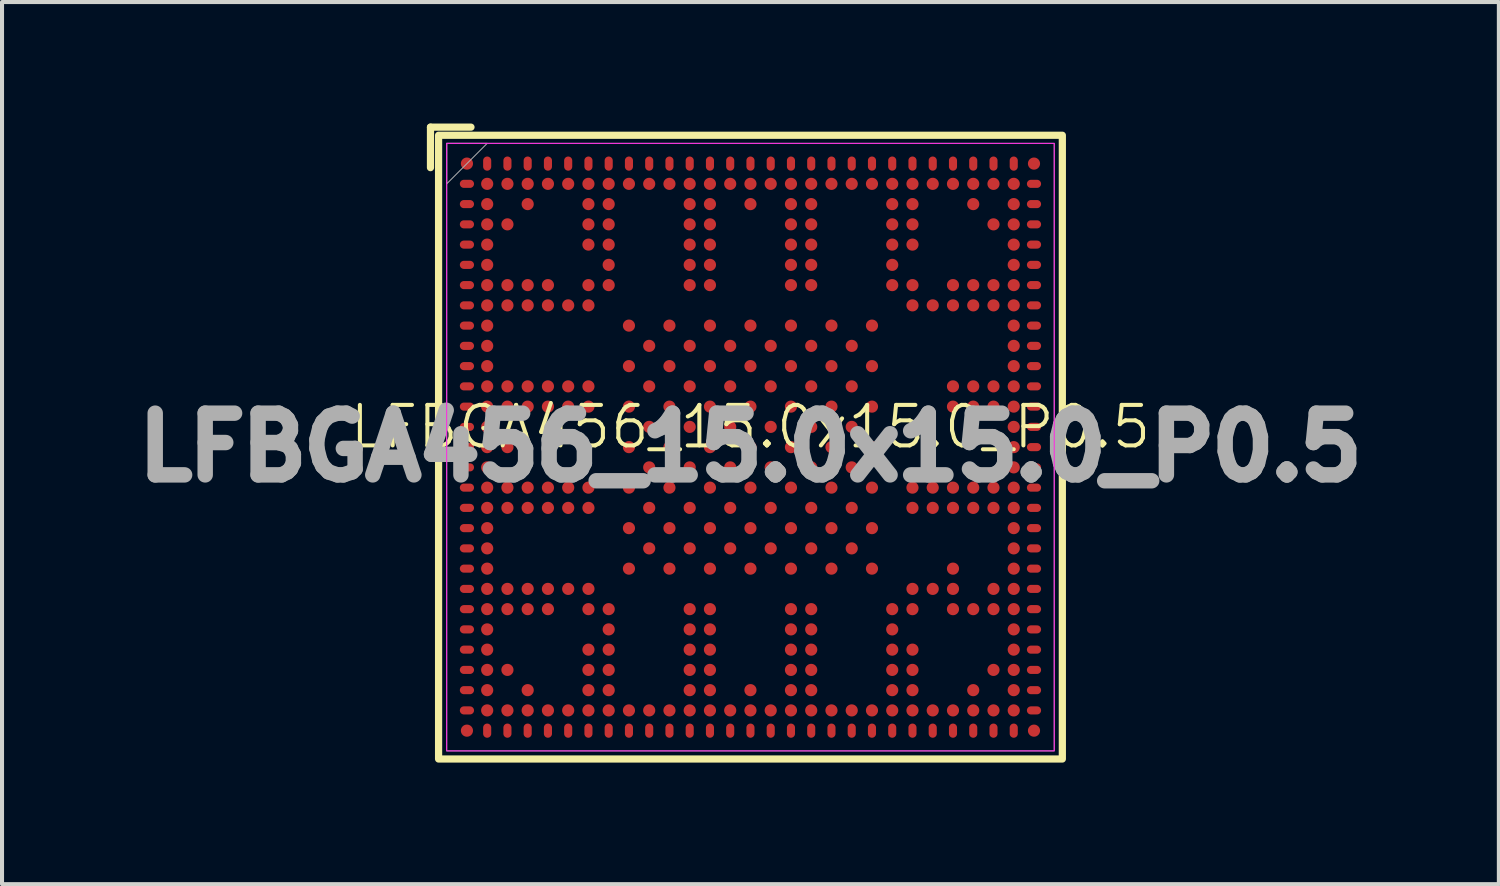
<source format=kicad_pcb>
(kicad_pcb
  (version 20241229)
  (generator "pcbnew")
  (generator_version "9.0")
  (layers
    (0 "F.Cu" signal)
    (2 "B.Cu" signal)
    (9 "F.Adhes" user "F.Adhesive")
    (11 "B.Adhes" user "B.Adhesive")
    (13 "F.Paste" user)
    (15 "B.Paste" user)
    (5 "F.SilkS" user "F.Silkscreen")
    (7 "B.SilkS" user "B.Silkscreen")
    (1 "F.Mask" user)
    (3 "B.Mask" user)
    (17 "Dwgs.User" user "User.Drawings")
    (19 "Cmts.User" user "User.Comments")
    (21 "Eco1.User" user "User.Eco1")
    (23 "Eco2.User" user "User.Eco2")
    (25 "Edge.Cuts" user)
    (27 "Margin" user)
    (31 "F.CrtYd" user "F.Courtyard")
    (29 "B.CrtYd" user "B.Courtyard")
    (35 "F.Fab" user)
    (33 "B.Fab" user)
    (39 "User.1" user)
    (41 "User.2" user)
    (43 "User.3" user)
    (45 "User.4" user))
  (footprint "LFBGA456_15.0x15.0_P0.5"
    (layer "F.Cu")
    (at 15.478 7.989)
    (property "Reference" "LFBGA456_15.0x15.0_P0.5" (at 0 -0.5 0) (unlocked yes) (layer "F.SilkS") (effects (font (size 1 1) (thickness 0.1))))
    (attr smd)
    (fp_line (start -7.9 -7.9) (end -6.9 -7.9) (stroke (width 0.178) (type default)) (layer "F.SilkS"))
    (fp_line (start -7.9 -6.9) (end -7.9 -7.9) (stroke (width 0.178) (type default)) (layer "F.SilkS"))
    (fp_rect (start -7.7 -7.7) (end 7.7 7.7) (stroke (width 0.178) (type default)) (fill no) (layer "F.SilkS"))
    (fp_rect (start -7.5 -7.5) (end 7.5 7.5) (stroke (width 0.025) (type default)) (fill no) (layer "F.CrtYd"))
    (fp_rect (start -7.5 -7.5) (end 7.5 7.5) (stroke (width 0.025) (type solid)) (fill no) (layer "F.Fab"))
    (fp_poly (pts (xy -7.5 -7.5) (xy -7.5 -6.5) (xy -6.5 -7.5)) (stroke (width 0.025) (type solid)) (fill no) (layer "F.Fab"))
    (fp_text user "${REFERENCE}" (at 0 0 0) (unlocked yes) (layer "F.Fab") (effects (font (size 1.524 1.524) (thickness 0.381) (bold yes))))
    (pad "A1" smd circle (at -7 -7) (size 0.3 0.3) (layers "F.Cu" "F.Mask" "F.Paste"))
    (pad "A2" smd oval (at -6.5 -7) (size 0.2 0.35) (layers "F.Cu" "F.Mask" "F.Paste"))
    (pad "A3" smd oval (at -6 -7) (size 0.2 0.35) (layers "F.Cu" "F.Mask" "F.Paste"))
    (pad "A4" smd oval (at -5.5 -7) (size 0.2 0.35) (layers "F.Cu" "F.Mask" "F.Paste"))
    (pad "A5" smd oval (at -5 -7) (size 0.2 0.35) (layers "F.Cu" "F.Mask" "F.Paste"))
    (pad "A6" smd oval (at -4.5 -7) (size 0.2 0.35) (layers "F.Cu" "F.Mask" "F.Paste"))
    (pad "A7" smd oval (at -4 -7) (size 0.2 0.35) (layers "F.Cu" "F.Mask" "F.Paste"))
    (pad "A8" smd oval (at -3.5 -7) (size 0.2 0.35) (layers "F.Cu" "F.Mask" "F.Paste"))
    (pad "A9" smd oval (at -3 -7) (size 0.2 0.35) (layers "F.Cu" "F.Mask" "F.Paste"))
    (pad "A10" smd oval (at -2.5 -7) (size 0.2 0.35) (layers "F.Cu" "F.Mask" "F.Paste"))
    (pad "A11" smd oval (at -2 -7) (size 0.2 0.35) (layers "F.Cu" "F.Mask" "F.Paste"))
    (pad "A12" smd oval (at -1.5 -7) (size 0.2 0.35) (layers "F.Cu" "F.Mask" "F.Paste"))
    (pad "A13" smd oval (at -1 -7) (size 0.2 0.35) (layers "F.Cu" "F.Mask" "F.Paste"))
    (pad "A14" smd oval (at -0.5 -7) (size 0.2 0.35) (layers "F.Cu" "F.Mask" "F.Paste"))
    (pad "A15" smd oval (at 0 -7) (size 0.2 0.35) (layers "F.Cu" "F.Mask" "F.Paste"))
    (pad "A16" smd oval (at 0.5 -7) (size 0.2 0.35) (layers "F.Cu" "F.Mask" "F.Paste"))
    (pad "A17" smd oval (at 1 -7) (size 0.2 0.35) (layers "F.Cu" "F.Mask" "F.Paste"))
    (pad "A18" smd oval (at 1.5 -7) (size 0.2 0.35) (layers "F.Cu" "F.Mask" "F.Paste"))
    (pad "A19" smd oval (at 2 -7) (size 0.2 0.35) (layers "F.Cu" "F.Mask" "F.Paste"))
    (pad "A20" smd oval (at 2.5 -7) (size 0.2 0.35) (layers "F.Cu" "F.Mask" "F.Paste"))
    (pad "A21" smd oval (at 3 -7) (size 0.2 0.35) (layers "F.Cu" "F.Mask" "F.Paste"))
    (pad "A22" smd oval (at 3.5 -7) (size 0.2 0.35) (layers "F.Cu" "F.Mask" "F.Paste"))
    (pad "A23" smd oval (at 4 -7) (size 0.2 0.35) (layers "F.Cu" "F.Mask" "F.Paste"))
    (pad "A24" smd oval (at 4.5 -7) (size 0.2 0.35) (layers "F.Cu" "F.Mask" "F.Paste"))
    (pad "A25" smd oval (at 5 -7) (size 0.2 0.35) (layers "F.Cu" "F.Mask" "F.Paste"))
    (pad "A26" smd oval (at 5.5 -7) (size 0.2 0.35) (layers "F.Cu" "F.Mask" "F.Paste"))
    (pad "A27" smd oval (at 6 -7) (size 0.2 0.35) (layers "F.Cu" "F.Mask" "F.Paste"))
    (pad "A28" smd oval (at 6.5 -7) (size 0.2 0.35) (layers "F.Cu" "F.Mask" "F.Paste"))
    (pad "A29" smd circle (at 7 -7) (size 0.3 0.3) (layers "F.Cu" "F.Mask" "F.Paste"))
    (pad "AA1" smd oval (at -7 3) (size 0.35 0.2) (layers "F.Cu" "F.Mask" "F.Paste"))
    (pad "AA2" smd circle (at -6.5 3) (size 0.3 0.3) (layers "F.Cu" "F.Mask" "F.Paste"))
    (pad "AA9" smd circle (at -3 3) (size 0.3 0.3) (layers "F.Cu" "F.Mask" "F.Paste"))
    (pad "AA11" smd circle (at -2 3) (size 0.3 0.3) (layers "F.Cu" "F.Mask" "F.Paste"))
    (pad "AA13" smd circle (at -1 3) (size 0.3 0.3) (layers "F.Cu" "F.Mask" "F.Paste"))
    (pad "AA15" smd circle (at 0 3) (size 0.3 0.3) (layers "F.Cu" "F.Mask" "F.Paste"))
    (pad "AA17" smd circle (at 1 3) (size 0.3 0.3) (layers "F.Cu" "F.Mask" "F.Paste"))
    (pad "AA19" smd circle (at 2 3) (size 0.3 0.3) (layers "F.Cu" "F.Mask" "F.Paste"))
    (pad "AA21" smd circle (at 3 3) (size 0.3 0.3) (layers "F.Cu" "F.Mask" "F.Paste"))
    (pad "AA25" smd circle (at 5 3) (size 0.3 0.3) (layers "F.Cu" "F.Mask" "F.Paste"))
    (pad "AA28" smd circle (at 6.5 3) (size 0.3 0.3) (layers "F.Cu" "F.Mask" "F.Paste"))
    (pad "AA29" smd oval (at 7 3) (size 0.35 0.2) (layers "F.Cu" "F.Mask" "F.Paste"))
    (pad "AB1" smd oval (at -7 3.5) (size 0.35 0.2) (layers "F.Cu" "F.Mask" "F.Paste"))
    (pad "AB2" smd circle (at -6.5 3.5) (size 0.3 0.3) (layers "F.Cu" "F.Mask" "F.Paste"))
    (pad "AB3" smd circle (at -6 3.5) (size 0.3 0.3) (layers "F.Cu" "F.Mask" "F.Paste"))
    (pad "AB4" smd circle (at -5.5 3.5) (size 0.3 0.3) (layers "F.Cu" "F.Mask" "F.Paste"))
    (pad "AB5" smd circle (at -5 3.5) (size 0.3 0.3) (layers "F.Cu" "F.Mask" "F.Paste"))
    (pad "AB6" smd circle (at -4.5 3.5) (size 0.3 0.3) (layers "F.Cu" "F.Mask" "F.Paste"))
    (pad "AB7" smd circle (at -4 3.5) (size 0.3 0.3) (layers "F.Cu" "F.Mask" "F.Paste"))
    (pad "AB23" smd circle (at 4 3.5) (size 0.3 0.3) (layers "F.Cu" "F.Mask" "F.Paste"))
    (pad "AB24" smd circle (at 4.5 3.5) (size 0.3 0.3) (layers "F.Cu" "F.Mask" "F.Paste"))
    (pad "AB25" smd circle (at 5 3.5) (size 0.3 0.3) (layers "F.Cu" "F.Mask" "F.Paste"))
    (pad "AB27" smd circle (at 6 3.5) (size 0.3 0.3) (layers "F.Cu" "F.Mask" "F.Paste"))
    (pad "AB28" smd circle (at 6.5 3.5) (size 0.3 0.3) (layers "F.Cu" "F.Mask" "F.Paste"))
    (pad "AB29" smd oval (at 7 3.5) (size 0.35 0.2) (layers "F.Cu" "F.Mask" "F.Paste"))
    (pad "AC1" smd oval (at -7 4) (size 0.35 0.2) (layers "F.Cu" "F.Mask" "F.Paste"))
    (pad "AC2" smd circle (at -6.5 4) (size 0.3 0.3) (layers "F.Cu" "F.Mask" "F.Paste"))
    (pad "AC3" smd circle (at -6 4) (size 0.3 0.3) (layers "F.Cu" "F.Mask" "F.Paste"))
    (pad "AC4" smd circle (at -5.5 4) (size 0.3 0.3) (layers "F.Cu" "F.Mask" "F.Paste"))
    (pad "AC5" smd circle (at -5 4) (size 0.3 0.3) (layers "F.Cu" "F.Mask" "F.Paste"))
    (pad "AC7" smd circle (at -4 4) (size 0.3 0.3) (layers "F.Cu" "F.Mask" "F.Paste"))
    (pad "AC8" smd circle (at -3.5 4) (size 0.3 0.3) (layers "F.Cu" "F.Mask" "F.Paste"))
    (pad "AC12" smd circle (at -1.5 4) (size 0.3 0.3) (layers "F.Cu" "F.Mask" "F.Paste"))
    (pad "AC13" smd circle (at -1 4) (size 0.3 0.3) (layers "F.Cu" "F.Mask" "F.Paste"))
    (pad "AC17" smd circle (at 1 4) (size 0.3 0.3) (layers "F.Cu" "F.Mask" "F.Paste"))
    (pad "AC18" smd circle (at 1.5 4) (size 0.3 0.3) (layers "F.Cu" "F.Mask" "F.Paste"))
    (pad "AC22" smd circle (at 3.5 4) (size 0.3 0.3) (layers "F.Cu" "F.Mask" "F.Paste"))
    (pad "AC23" smd circle (at 4 4) (size 0.3 0.3) (layers "F.Cu" "F.Mask" "F.Paste"))
    (pad "AC25" smd circle (at 5 4) (size 0.3 0.3) (layers "F.Cu" "F.Mask" "F.Paste"))
    (pad "AC26" smd circle (at 5.5 4) (size 0.3 0.3) (layers "F.Cu" "F.Mask" "F.Paste"))
    (pad "AC27" smd circle (at 6 4) (size 0.3 0.3) (layers "F.Cu" "F.Mask" "F.Paste"))
    (pad "AC28" smd circle (at 6.5 4) (size 0.3 0.3) (layers "F.Cu" "F.Mask" "F.Paste"))
    (pad "AC29" smd oval (at 7 4) (size 0.35 0.2) (layers "F.Cu" "F.Mask" "F.Paste"))
    (pad "AD1" smd oval (at -7 4.5) (size 0.35 0.2) (layers "F.Cu" "F.Mask" "F.Paste"))
    (pad "AD2" smd circle (at -6.5 4.5) (size 0.3 0.3) (layers "F.Cu" "F.Mask" "F.Paste"))
    (pad "AD8" smd circle (at -3.5 4.5) (size 0.3 0.3) (layers "F.Cu" "F.Mask" "F.Paste"))
    (pad "AD12" smd circle (at -1.5 4.5) (size 0.3 0.3) (layers "F.Cu" "F.Mask" "F.Paste"))
    (pad "AD13" smd circle (at -1 4.5) (size 0.3 0.3) (layers "F.Cu" "F.Mask" "F.Paste"))
    (pad "AD17" smd circle (at 1 4.5) (size 0.3 0.3) (layers "F.Cu" "F.Mask" "F.Paste"))
    (pad "AD18" smd circle (at 1.5 4.5) (size 0.3 0.3) (layers "F.Cu" "F.Mask" "F.Paste"))
    (pad "AD22" smd circle (at 3.5 4.5) (size 0.3 0.3) (layers "F.Cu" "F.Mask" "F.Paste"))
    (pad "AD28" smd circle (at 6.5 4.5) (size 0.3 0.3) (layers "F.Cu" "F.Mask" "F.Paste"))
    (pad "AD29" smd oval (at 7 4.5) (size 0.35 0.2) (layers "F.Cu" "F.Mask" "F.Paste"))
    (pad "AE1" smd oval (at -7 5) (size 0.35 0.2) (layers "F.Cu" "F.Mask" "F.Paste"))
    (pad "AE2" smd circle (at -6.5 5) (size 0.3 0.3) (layers "F.Cu" "F.Mask" "F.Paste"))
    (pad "AE7" smd circle (at -4 5) (size 0.3 0.3) (layers "F.Cu" "F.Mask" "F.Paste"))
    (pad "AE8" smd circle (at -3.5 5) (size 0.3 0.3) (layers "F.Cu" "F.Mask" "F.Paste"))
    (pad "AE12" smd circle (at -1.5 5) (size 0.3 0.3) (layers "F.Cu" "F.Mask" "F.Paste"))
    (pad "AE13" smd circle (at -1 5) (size 0.3 0.3) (layers "F.Cu" "F.Mask" "F.Paste"))
    (pad "AE17" smd circle (at 1 5) (size 0.3 0.3) (layers "F.Cu" "F.Mask" "F.Paste"))
    (pad "AE18" smd circle (at 1.5 5) (size 0.3 0.3) (layers "F.Cu" "F.Mask" "F.Paste"))
    (pad "AE22" smd circle (at 3.5 5) (size 0.3 0.3) (layers "F.Cu" "F.Mask" "F.Paste"))
    (pad "AE23" smd circle (at 4 5) (size 0.3 0.3) (layers "F.Cu" "F.Mask" "F.Paste"))
    (pad "AE28" smd circle (at 6.5 5) (size 0.3 0.3) (layers "F.Cu" "F.Mask" "F.Paste"))
    (pad "AE29" smd oval (at 7 5) (size 0.35 0.2) (layers "F.Cu" "F.Mask" "F.Paste"))
    (pad "AF1" smd oval (at -7 5.5) (size 0.35 0.2) (layers "F.Cu" "F.Mask" "F.Paste"))
    (pad "AF2" smd circle (at -6.5 5.5) (size 0.3 0.3) (layers "F.Cu" "F.Mask" "F.Paste"))
    (pad "AF3" smd circle (at -6 5.5) (size 0.3 0.3) (layers "F.Cu" "F.Mask" "F.Paste"))
    (pad "AF7" smd circle (at -4 5.5) (size 0.3 0.3) (layers "F.Cu" "F.Mask" "F.Paste"))
    (pad "AF8" smd circle (at -3.5 5.5) (size 0.3 0.3) (layers "F.Cu" "F.Mask" "F.Paste"))
    (pad "AF12" smd circle (at -1.5 5.5) (size 0.3 0.3) (layers "F.Cu" "F.Mask" "F.Paste"))
    (pad "AF13" smd circle (at -1 5.5) (size 0.3 0.3) (layers "F.Cu" "F.Mask" "F.Paste"))
    (pad "AF17" smd circle (at 1 5.5) (size 0.3 0.3) (layers "F.Cu" "F.Mask" "F.Paste"))
    (pad "AF18" smd circle (at 1.5 5.5) (size 0.3 0.3) (layers "F.Cu" "F.Mask" "F.Paste"))
    (pad "AF22" smd circle (at 3.5 5.5) (size 0.3 0.3) (layers "F.Cu" "F.Mask" "F.Paste"))
    (pad "AF23" smd circle (at 4 5.5) (size 0.3 0.3) (layers "F.Cu" "F.Mask" "F.Paste"))
    (pad "AF27" smd circle (at 6 5.5) (size 0.3 0.3) (layers "F.Cu" "F.Mask" "F.Paste"))
    (pad "AF28" smd circle (at 6.5 5.5) (size 0.3 0.3) (layers "F.Cu" "F.Mask" "F.Paste"))
    (pad "AF29" smd oval (at 7 5.5) (size 0.35 0.2) (layers "F.Cu" "F.Mask" "F.Paste"))
    (pad "AG1" smd oval (at -7 6) (size 0.35 0.2) (layers "F.Cu" "F.Mask" "F.Paste"))
    (pad "AG2" smd circle (at -6.5 6) (size 0.3 0.3) (layers "F.Cu" "F.Mask" "F.Paste"))
    (pad "AG4" smd circle (at -5.5 6) (size 0.3 0.3) (layers "F.Cu" "F.Mask" "F.Paste"))
    (pad "AG7" smd circle (at -4 6) (size 0.3 0.3) (layers "F.Cu" "F.Mask" "F.Paste"))
    (pad "AG8" smd circle (at -3.5 6) (size 0.3 0.3) (layers "F.Cu" "F.Mask" "F.Paste"))
    (pad "AG12" smd circle (at -1.5 6) (size 0.3 0.3) (layers "F.Cu" "F.Mask" "F.Paste"))
    (pad "AG13" smd circle (at -1 6) (size 0.3 0.3) (layers "F.Cu" "F.Mask" "F.Paste"))
    (pad "AG15" smd circle (at 0 6) (size 0.3 0.3) (layers "F.Cu" "F.Mask" "F.Paste"))
    (pad "AG17" smd circle (at 1 6) (size 0.3 0.3) (layers "F.Cu" "F.Mask" "F.Paste"))
    (pad "AG18" smd circle (at 1.5 6) (size 0.3 0.3) (layers "F.Cu" "F.Mask" "F.Paste"))
    (pad "AG22" smd circle (at 3.5 6) (size 0.3 0.3) (layers "F.Cu" "F.Mask" "F.Paste"))
    (pad "AG23" smd circle (at 4 6) (size 0.3 0.3) (layers "F.Cu" "F.Mask" "F.Paste"))
    (pad "AG26" smd circle (at 5.5 6) (size 0.3 0.3) (layers "F.Cu" "F.Mask" "F.Paste"))
    (pad "AG28" smd circle (at 6.5 6) (size 0.3 0.3) (layers "F.Cu" "F.Mask" "F.Paste"))
    (pad "AG29" smd oval (at 7 6) (size 0.35 0.2) (layers "F.Cu" "F.Mask" "F.Paste"))
    (pad "AH1" smd oval (at -7 6.5) (size 0.35 0.2) (layers "F.Cu" "F.Mask" "F.Paste"))
    (pad "AH2" smd circle (at -6.5 6.5) (size 0.3 0.3) (layers "F.Cu" "F.Mask" "F.Paste"))
    (pad "AH3" smd circle (at -6 6.5) (size 0.3 0.3) (layers "F.Cu" "F.Mask" "F.Paste"))
    (pad "AH4" smd circle (at -5.5 6.5) (size 0.3 0.3) (layers "F.Cu" "F.Mask" "F.Paste"))
    (pad "AH5" smd circle (at -5 6.5) (size 0.3 0.3) (layers "F.Cu" "F.Mask" "F.Paste"))
    (pad "AH6" smd circle (at -4.5 6.5) (size 0.3 0.3) (layers "F.Cu" "F.Mask" "F.Paste"))
    (pad "AH7" smd circle (at -4 6.5) (size 0.3 0.3) (layers "F.Cu" "F.Mask" "F.Paste"))
    (pad "AH8" smd circle (at -3.5 6.5) (size 0.3 0.3) (layers "F.Cu" "F.Mask" "F.Paste"))
    (pad "AH9" smd circle (at -3 6.5) (size 0.3 0.3) (layers "F.Cu" "F.Mask" "F.Paste"))
    (pad "AH10" smd circle (at -2.5 6.5) (size 0.3 0.3) (layers "F.Cu" "F.Mask" "F.Paste"))
    (pad "AH11" smd circle (at -2 6.5) (size 0.3 0.3) (layers "F.Cu" "F.Mask" "F.Paste"))
    (pad "AH12" smd circle (at -1.5 6.5) (size 0.3 0.3) (layers "F.Cu" "F.Mask" "F.Paste"))
    (pad "AH13" smd circle (at -1 6.5) (size 0.3 0.3) (layers "F.Cu" "F.Mask" "F.Paste"))
    (pad "AH14" smd circle (at -0.5 6.5) (size 0.3 0.3) (layers "F.Cu" "F.Mask" "F.Paste"))
    (pad "AH15" smd circle (at 0 6.5) (size 0.3 0.3) (layers "F.Cu" "F.Mask" "F.Paste"))
    (pad "AH16" smd circle (at 0.5 6.5) (size 0.3 0.3) (layers "F.Cu" "F.Mask" "F.Paste"))
    (pad "AH17" smd circle (at 1 6.5) (size 0.3 0.3) (layers "F.Cu" "F.Mask" "F.Paste"))
    (pad "AH18" smd circle (at 1.5 6.5) (size 0.3 0.3) (layers "F.Cu" "F.Mask" "F.Paste"))
    (pad "AH19" smd circle (at 2 6.5) (size 0.3 0.3) (layers "F.Cu" "F.Mask" "F.Paste"))
    (pad "AH20" smd circle (at 2.5 6.5) (size 0.3 0.3) (layers "F.Cu" "F.Mask" "F.Paste"))
    (pad "AH21" smd circle (at 3 6.5) (size 0.3 0.3) (layers "F.Cu" "F.Mask" "F.Paste"))
    (pad "AH22" smd circle (at 3.5 6.5) (size 0.3 0.3) (layers "F.Cu" "F.Mask" "F.Paste"))
    (pad "AH23" smd circle (at 4 6.5) (size 0.3 0.3) (layers "F.Cu" "F.Mask" "F.Paste"))
    (pad "AH24" smd circle (at 4.5 6.5) (size 0.3 0.3) (layers "F.Cu" "F.Mask" "F.Paste"))
    (pad "AH25" smd circle (at 5 6.5) (size 0.3 0.3) (layers "F.Cu" "F.Mask" "F.Paste"))
    (pad "AH26" smd circle (at 5.5 6.5) (size 0.3 0.3) (layers "F.Cu" "F.Mask" "F.Paste"))
    (pad "AH27" smd circle (at 6 6.5) (size 0.3 0.3) (layers "F.Cu" "F.Mask" "F.Paste"))
    (pad "AH28" smd circle (at 6.5 6.5) (size 0.3 0.3) (layers "F.Cu" "F.Mask" "F.Paste"))
    (pad "AH29" smd oval (at 7 6.5) (size 0.35 0.2) (layers "F.Cu" "F.Mask" "F.Paste"))
    (pad "AJ1" smd circle (at -7 7) (size 0.3 0.3) (layers "F.Cu" "F.Mask" "F.Paste"))
    (pad "AJ2" smd oval (at -6.5 7) (size 0.2 0.35) (layers "F.Cu" "F.Mask" "F.Paste"))
    (pad "AJ3" smd oval (at -6 7) (size 0.2 0.35) (layers "F.Cu" "F.Mask" "F.Paste"))
    (pad "AJ4" smd oval (at -5.5 7) (size 0.2 0.35) (layers "F.Cu" "F.Mask" "F.Paste"))
    (pad "AJ5" smd oval (at -5 7) (size 0.2 0.35) (layers "F.Cu" "F.Mask" "F.Paste"))
    (pad "AJ6" smd oval (at -4.5 7) (size 0.2 0.35) (layers "F.Cu" "F.Mask" "F.Paste"))
    (pad "AJ7" smd oval (at -4 7) (size 0.2 0.35) (layers "F.Cu" "F.Mask" "F.Paste"))
    (pad "AJ8" smd oval (at -3.5 7) (size 0.2 0.35) (layers "F.Cu" "F.Mask" "F.Paste"))
    (pad "AJ9" smd oval (at -3 7) (size 0.2 0.35) (layers "F.Cu" "F.Mask" "F.Paste"))
    (pad "AJ10" smd oval (at -2.5 7) (size 0.2 0.35) (layers "F.Cu" "F.Mask" "F.Paste"))
    (pad "AJ11" smd oval (at -2 7) (size 0.2 0.35) (layers "F.Cu" "F.Mask" "F.Paste"))
    (pad "AJ12" smd oval (at -1.5 7) (size 0.2 0.35) (layers "F.Cu" "F.Mask" "F.Paste"))
    (pad "AJ13" smd oval (at -1 7) (size 0.2 0.35) (layers "F.Cu" "F.Mask" "F.Paste"))
    (pad "AJ14" smd oval (at -0.5 7) (size 0.2 0.35) (layers "F.Cu" "F.Mask" "F.Paste"))
    (pad "AJ15" smd oval (at 0 7) (size 0.2 0.35) (layers "F.Cu" "F.Mask" "F.Paste"))
    (pad "AJ16" smd oval (at 0.5 7) (size 0.2 0.35) (layers "F.Cu" "F.Mask" "F.Paste"))
    (pad "AJ17" smd oval (at 1 7) (size 0.2 0.35) (layers "F.Cu" "F.Mask" "F.Paste"))
    (pad "AJ18" smd oval (at 1.5 7) (size 0.2 0.35) (layers "F.Cu" "F.Mask" "F.Paste"))
    (pad "AJ19" smd oval (at 2 7) (size 0.2 0.35) (layers "F.Cu" "F.Mask" "F.Paste"))
    (pad "AJ20" smd oval (at 2.5 7) (size 0.2 0.35) (layers "F.Cu" "F.Mask" "F.Paste"))
    (pad "AJ21" smd oval (at 3 7) (size 0.2 0.35) (layers "F.Cu" "F.Mask" "F.Paste"))
    (pad "AJ22" smd oval (at 3.5 7) (size 0.2 0.35) (layers "F.Cu" "F.Mask" "F.Paste"))
    (pad "AJ23" smd oval (at 4 7) (size 0.2 0.35) (layers "F.Cu" "F.Mask" "F.Paste"))
    (pad "AJ24" smd oval (at 4.5 7) (size 0.2 0.35) (layers "F.Cu" "F.Mask" "F.Paste"))
    (pad "AJ25" smd oval (at 5 7) (size 0.2 0.35) (layers "F.Cu" "F.Mask" "F.Paste"))
    (pad "AJ26" smd oval (at 5.5 7) (size 0.2 0.35) (layers "F.Cu" "F.Mask" "F.Paste"))
    (pad "AJ27" smd oval (at 6 7) (size 0.2 0.35) (layers "F.Cu" "F.Mask" "F.Paste"))
    (pad "AJ28" smd oval (at 6.5 7) (size 0.2 0.35) (layers "F.Cu" "F.Mask" "F.Paste"))
    (pad "AJ29" smd circle (at 7 7) (size 0.3 0.3) (layers "F.Cu" "F.Mask" "F.Paste"))
    (pad "B1" smd oval (at -7 -6.5) (size 0.35 0.2) (layers "F.Cu" "F.Mask" "F.Paste"))
    (pad "B2" smd circle (at -6.5 -6.5) (size 0.3 0.3) (layers "F.Cu" "F.Mask" "F.Paste"))
    (pad "B3" smd circle (at -6 -6.5) (size 0.3 0.3) (layers "F.Cu" "F.Mask" "F.Paste"))
    (pad "B4" smd circle (at -5.5 -6.5) (size 0.3 0.3) (layers "F.Cu" "F.Mask" "F.Paste"))
    (pad "B5" smd circle (at -5 -6.5) (size 0.3 0.3) (layers "F.Cu" "F.Mask" "F.Paste"))
    (pad "B6" smd circle (at -4.5 -6.5) (size 0.3 0.3) (layers "F.Cu" "F.Mask" "F.Paste"))
    (pad "B7" smd circle (at -4 -6.5) (size 0.3 0.3) (layers "F.Cu" "F.Mask" "F.Paste"))
    (pad "B8" smd circle (at -3.5 -6.5) (size 0.3 0.3) (layers "F.Cu" "F.Mask" "F.Paste"))
    (pad "B9" smd circle (at -3 -6.5) (size 0.3 0.3) (layers "F.Cu" "F.Mask" "F.Paste"))
    (pad "B10" smd circle (at -2.5 -6.5) (size 0.3 0.3) (layers "F.Cu" "F.Mask" "F.Paste"))
    (pad "B11" smd circle (at -2 -6.5) (size 0.3 0.3) (layers "F.Cu" "F.Mask" "F.Paste"))
    (pad "B12" smd circle (at -1.5 -6.5) (size 0.3 0.3) (layers "F.Cu" "F.Mask" "F.Paste"))
    (pad "B13" smd circle (at -1 -6.5) (size 0.3 0.3) (layers "F.Cu" "F.Mask" "F.Paste"))
    (pad "B14" smd circle (at -0.5 -6.5) (size 0.3 0.3) (layers "F.Cu" "F.Mask" "F.Paste"))
    (pad "B15" smd circle (at 0 -6.5) (size 0.3 0.3) (layers "F.Cu" "F.Mask" "F.Paste"))
    (pad "B16" smd circle (at 0.5 -6.5) (size 0.3 0.3) (layers "F.Cu" "F.Mask" "F.Paste"))
    (pad "B17" smd circle (at 1 -6.5) (size 0.3 0.3) (layers "F.Cu" "F.Mask" "F.Paste"))
    (pad "B18" smd circle (at 1.5 -6.5) (size 0.3 0.3) (layers "F.Cu" "F.Mask" "F.Paste"))
    (pad "B19" smd circle (at 2 -6.5) (size 0.3 0.3) (layers "F.Cu" "F.Mask" "F.Paste"))
    (pad "B20" smd circle (at 2.5 -6.5) (size 0.3 0.3) (layers "F.Cu" "F.Mask" "F.Paste"))
    (pad "B21" smd circle (at 3 -6.5) (size 0.3 0.3) (layers "F.Cu" "F.Mask" "F.Paste"))
    (pad "B22" smd circle (at 3.5 -6.5) (size 0.3 0.3) (layers "F.Cu" "F.Mask" "F.Paste"))
    (pad "B23" smd circle (at 4 -6.5) (size 0.3 0.3) (layers "F.Cu" "F.Mask" "F.Paste"))
    (pad "B24" smd circle (at 4.5 -6.5) (size 0.3 0.3) (layers "F.Cu" "F.Mask" "F.Paste"))
    (pad "B25" smd circle (at 5 -6.5) (size 0.3 0.3) (layers "F.Cu" "F.Mask" "F.Paste"))
    (pad "B26" smd circle (at 5.5 -6.5) (size 0.3 0.3) (layers "F.Cu" "F.Mask" "F.Paste"))
    (pad "B27" smd circle (at 6 -6.5) (size 0.3 0.3) (layers "F.Cu" "F.Mask" "F.Paste"))
    (pad "B28" smd circle (at 6.5 -6.5) (size 0.3 0.3) (layers "F.Cu" "F.Mask" "F.Paste"))
    (pad "B29" smd oval (at 7 -6.5) (size 0.35 0.2) (layers "F.Cu" "F.Mask" "F.Paste"))
    (pad "C1" smd oval (at -7 -6) (size 0.35 0.2) (layers "F.Cu" "F.Mask" "F.Paste"))
    (pad "C2" smd circle (at -6.5 -6) (size 0.3 0.3) (layers "F.Cu" "F.Mask" "F.Paste"))
    (pad "C4" smd circle (at -5.5 -6) (size 0.3 0.3) (layers "F.Cu" "F.Mask" "F.Paste"))
    (pad "C7" smd circle (at -4 -6) (size 0.3 0.3) (layers "F.Cu" "F.Mask" "F.Paste"))
    (pad "C8" smd circle (at -3.5 -6) (size 0.3 0.3) (layers "F.Cu" "F.Mask" "F.Paste"))
    (pad "C12" smd circle (at -1.5 -6) (size 0.3 0.3) (layers "F.Cu" "F.Mask" "F.Paste"))
    (pad "C13" smd circle (at -1 -6) (size 0.3 0.3) (layers "F.Cu" "F.Mask" "F.Paste"))
    (pad "C15" smd circle (at 0 -6) (size 0.3 0.3) (layers "F.Cu" "F.Mask" "F.Paste"))
    (pad "C17" smd circle (at 1 -6) (size 0.3 0.3) (layers "F.Cu" "F.Mask" "F.Paste"))
    (pad "C18" smd circle (at 1.5 -6) (size 0.3 0.3) (layers "F.Cu" "F.Mask" "F.Paste"))
    (pad "C22" smd circle (at 3.5 -6) (size 0.3 0.3) (layers "F.Cu" "F.Mask" "F.Paste"))
    (pad "C23" smd circle (at 4 -6) (size 0.3 0.3) (layers "F.Cu" "F.Mask" "F.Paste"))
    (pad "C26" smd circle (at 5.5 -6) (size 0.3 0.3) (layers "F.Cu" "F.Mask" "F.Paste"))
    (pad "C28" smd circle (at 6.5 -6) (size 0.3 0.3) (layers "F.Cu" "F.Mask" "F.Paste"))
    (pad "C29" smd oval (at 7 -6) (size 0.35 0.2) (layers "F.Cu" "F.Mask" "F.Paste"))
    (pad "D1" smd oval (at -7 -5.5) (size 0.35 0.2) (layers "F.Cu" "F.Mask" "F.Paste"))
    (pad "D2" smd circle (at -6.5 -5.5) (size 0.3 0.3) (layers "F.Cu" "F.Mask" "F.Paste"))
    (pad "D3" smd circle (at -6 -5.5) (size 0.3 0.3) (layers "F.Cu" "F.Mask" "F.Paste"))
    (pad "D7" smd circle (at -4 -5.5) (size 0.3 0.3) (layers "F.Cu" "F.Mask" "F.Paste"))
    (pad "D8" smd circle (at -3.5 -5.5) (size 0.3 0.3) (layers "F.Cu" "F.Mask" "F.Paste"))
    (pad "D12" smd circle (at -1.5 -5.5) (size 0.3 0.3) (layers "F.Cu" "F.Mask" "F.Paste"))
    (pad "D13" smd circle (at -1 -5.5) (size 0.3 0.3) (layers "F.Cu" "F.Mask" "F.Paste"))
    (pad "D17" smd circle (at 1 -5.5) (size 0.3 0.3) (layers "F.Cu" "F.Mask" "F.Paste"))
    (pad "D18" smd circle (at 1.5 -5.5) (size 0.3 0.3) (layers "F.Cu" "F.Mask" "F.Paste"))
    (pad "D22" smd circle (at 3.5 -5.5) (size 0.3 0.3) (layers "F.Cu" "F.Mask" "F.Paste"))
    (pad "D23" smd circle (at 4 -5.5) (size 0.3 0.3) (layers "F.Cu" "F.Mask" "F.Paste"))
    (pad "D27" smd circle (at 6 -5.5) (size 0.3 0.3) (layers "F.Cu" "F.Mask" "F.Paste"))
    (pad "D28" smd circle (at 6.5 -5.5) (size 0.3 0.3) (layers "F.Cu" "F.Mask" "F.Paste"))
    (pad "D29" smd oval (at 7 -5.5) (size 0.35 0.2) (layers "F.Cu" "F.Mask" "F.Paste"))
    (pad "E1" smd oval (at -7 -5) (size 0.35 0.2) (layers "F.Cu" "F.Mask" "F.Paste"))
    (pad "E2" smd circle (at -6.5 -5) (size 0.3 0.3) (layers "F.Cu" "F.Mask" "F.Paste"))
    (pad "E7" smd circle (at -4 -5) (size 0.3 0.3) (layers "F.Cu" "F.Mask" "F.Paste"))
    (pad "E8" smd circle (at -3.5 -5) (size 0.3 0.3) (layers "F.Cu" "F.Mask" "F.Paste"))
    (pad "E12" smd circle (at -1.5 -5) (size 0.3 0.3) (layers "F.Cu" "F.Mask" "F.Paste"))
    (pad "E13" smd circle (at -1 -5) (size 0.3 0.3) (layers "F.Cu" "F.Mask" "F.Paste"))
    (pad "E17" smd circle (at 1 -5) (size 0.3 0.3) (layers "F.Cu" "F.Mask" "F.Paste"))
    (pad "E18" smd circle (at 1.5 -5) (size 0.3 0.3) (layers "F.Cu" "F.Mask" "F.Paste"))
    (pad "E22" smd circle (at 3.5 -5) (size 0.3 0.3) (layers "F.Cu" "F.Mask" "F.Paste"))
    (pad "E23" smd circle (at 4 -5) (size 0.3 0.3) (layers "F.Cu" "F.Mask" "F.Paste"))
    (pad "E28" smd circle (at 6.5 -5) (size 0.3 0.3) (layers "F.Cu" "F.Mask" "F.Paste"))
    (pad "E29" smd oval (at 7 -5) (size 0.35 0.2) (layers "F.Cu" "F.Mask" "F.Paste"))
    (pad "F1" smd oval (at -7 -4.5) (size 0.35 0.2) (layers "F.Cu" "F.Mask" "F.Paste"))
    (pad "F2" smd circle (at -6.5 -4.5) (size 0.3 0.3) (layers "F.Cu" "F.Mask" "F.Paste"))
    (pad "F8" smd circle (at -3.5 -4.5) (size 0.3 0.3) (layers "F.Cu" "F.Mask" "F.Paste"))
    (pad "F12" smd circle (at -1.5 -4.5) (size 0.3 0.3) (layers "F.Cu" "F.Mask" "F.Paste"))
    (pad "F13" smd circle (at -1 -4.5) (size 0.3 0.3) (layers "F.Cu" "F.Mask" "F.Paste"))
    (pad "F17" smd circle (at 1 -4.5) (size 0.3 0.3) (layers "F.Cu" "F.Mask" "F.Paste"))
    (pad "F18" smd circle (at 1.5 -4.5) (size 0.3 0.3) (layers "F.Cu" "F.Mask" "F.Paste"))
    (pad "F22" smd circle (at 3.5 -4.5) (size 0.3 0.3) (layers "F.Cu" "F.Mask" "F.Paste"))
    (pad "F28" smd circle (at 6.5 -4.5) (size 0.3 0.3) (layers "F.Cu" "F.Mask" "F.Paste"))
    (pad "F29" smd oval (at 7 -4.5) (size 0.35 0.2) (layers "F.Cu" "F.Mask" "F.Paste"))
    (pad "G1" smd oval (at -7 -4) (size 0.35 0.2) (layers "F.Cu" "F.Mask" "F.Paste"))
    (pad "G2" smd circle (at -6.5 -4) (size 0.3 0.3) (layers "F.Cu" "F.Mask" "F.Paste"))
    (pad "G3" smd circle (at -6 -4) (size 0.3 0.3) (layers "F.Cu" "F.Mask" "F.Paste"))
    (pad "G4" smd circle (at -5.5 -4) (size 0.3 0.3) (layers "F.Cu" "F.Mask" "F.Paste"))
    (pad "G5" smd circle (at -5 -4) (size 0.3 0.3) (layers "F.Cu" "F.Mask" "F.Paste"))
    (pad "G7" smd circle (at -4 -4) (size 0.3 0.3) (layers "F.Cu" "F.Mask" "F.Paste"))
    (pad "G8" smd circle (at -3.5 -4) (size 0.3 0.3) (layers "F.Cu" "F.Mask" "F.Paste"))
    (pad "G12" smd circle (at -1.5 -4) (size 0.3 0.3) (layers "F.Cu" "F.Mask" "F.Paste"))
    (pad "G13" smd circle (at -1 -4) (size 0.3 0.3) (layers "F.Cu" "F.Mask" "F.Paste"))
    (pad "G17" smd circle (at 1 -4) (size 0.3 0.3) (layers "F.Cu" "F.Mask" "F.Paste"))
    (pad "G18" smd circle (at 1.5 -4) (size 0.3 0.3) (layers "F.Cu" "F.Mask" "F.Paste"))
    (pad "G22" smd circle (at 3.5 -4) (size 0.3 0.3) (layers "F.Cu" "F.Mask" "F.Paste"))
    (pad "G23" smd circle (at 4 -4) (size 0.3 0.3) (layers "F.Cu" "F.Mask" "F.Paste"))
    (pad "G25" smd circle (at 5 -4) (size 0.3 0.3) (layers "F.Cu" "F.Mask" "F.Paste"))
    (pad "G26" smd circle (at 5.5 -4) (size 0.3 0.3) (layers "F.Cu" "F.Mask" "F.Paste"))
    (pad "G27" smd circle (at 6 -4) (size 0.3 0.3) (layers "F.Cu" "F.Mask" "F.Paste"))
    (pad "G28" smd circle (at 6.5 -4) (size 0.3 0.3) (layers "F.Cu" "F.Mask" "F.Paste"))
    (pad "G29" smd oval (at 7 -4) (size 0.35 0.2) (layers "F.Cu" "F.Mask" "F.Paste"))
    (pad "H1" smd oval (at -7 -3.5) (size 0.35 0.2) (layers "F.Cu" "F.Mask" "F.Paste"))
    (pad "H2" smd circle (at -6.5 -3.5) (size 0.3 0.3) (layers "F.Cu" "F.Mask" "F.Paste"))
    (pad "H3" smd circle (at -6 -3.5) (size 0.3 0.3) (layers "F.Cu" "F.Mask" "F.Paste"))
    (pad "H4" smd circle (at -5.5 -3.5) (size 0.3 0.3) (layers "F.Cu" "F.Mask" "F.Paste"))
    (pad "H5" smd circle (at -5 -3.5) (size 0.3 0.3) (layers "F.Cu" "F.Mask" "F.Paste"))
    (pad "H6" smd circle (at -4.5 -3.5) (size 0.3 0.3) (layers "F.Cu" "F.Mask" "F.Paste"))
    (pad "H7" smd circle (at -4 -3.5) (size 0.3 0.3) (layers "F.Cu" "F.Mask" "F.Paste"))
    (pad "H23" smd circle (at 4 -3.5) (size 0.3 0.3) (layers "F.Cu" "F.Mask" "F.Paste"))
    (pad "H24" smd circle (at 4.5 -3.5) (size 0.3 0.3) (layers "F.Cu" "F.Mask" "F.Paste"))
    (pad "H25" smd circle (at 5 -3.5) (size 0.3 0.3) (layers "F.Cu" "F.Mask" "F.Paste"))
    (pad "H26" smd circle (at 5.5 -3.5) (size 0.3 0.3) (layers "F.Cu" "F.Mask" "F.Paste"))
    (pad "H27" smd circle (at 6 -3.5) (size 0.3 0.3) (layers "F.Cu" "F.Mask" "F.Paste"))
    (pad "H28" smd circle (at 6.5 -3.5) (size 0.3 0.3) (layers "F.Cu" "F.Mask" "F.Paste"))
    (pad "H29" smd oval (at 7 -3.5) (size 0.35 0.2) (layers "F.Cu" "F.Mask" "F.Paste"))
    (pad "J1" smd oval (at -7 -3) (size 0.35 0.2) (layers "F.Cu" "F.Mask" "F.Paste"))
    (pad "J2" smd circle (at -6.5 -3) (size 0.3 0.3) (layers "F.Cu" "F.Mask" "F.Paste"))
    (pad "J9" smd circle (at -3 -3) (size 0.3 0.3) (layers "F.Cu" "F.Mask" "F.Paste"))
    (pad "J11" smd circle (at -2 -3) (size 0.3 0.3) (layers "F.Cu" "F.Mask" "F.Paste"))
    (pad "J13" smd circle (at -1 -3) (size 0.3 0.3) (layers "F.Cu" "F.Mask" "F.Paste"))
    (pad "J15" smd circle (at 0 -3) (size 0.3 0.3) (layers "F.Cu" "F.Mask" "F.Paste"))
    (pad "J17" smd circle (at 1 -3) (size 0.3 0.3) (layers "F.Cu" "F.Mask" "F.Paste"))
    (pad "J19" smd circle (at 2 -3) (size 0.3 0.3) (layers "F.Cu" "F.Mask" "F.Paste"))
    (pad "J21" smd circle (at 3 -3) (size 0.3 0.3) (layers "F.Cu" "F.Mask" "F.Paste"))
    (pad "J28" smd circle (at 6.5 -3) (size 0.3 0.3) (layers "F.Cu" "F.Mask" "F.Paste"))
    (pad "J29" smd oval (at 7 -3) (size 0.35 0.2) (layers "F.Cu" "F.Mask" "F.Paste"))
    (pad "K1" smd oval (at -7 -2.5) (size 0.35 0.2) (layers "F.Cu" "F.Mask" "F.Paste"))
    (pad "K2" smd circle (at -6.5 -2.5) (size 0.3 0.3) (layers "F.Cu" "F.Mask" "F.Paste"))
    (pad "K10" smd circle (at -2.5 -2.5) (size 0.3 0.3) (layers "F.Cu" "F.Mask" "F.Paste"))
    (pad "K12" smd circle (at -1.5 -2.5) (size 0.3 0.3) (layers "F.Cu" "F.Mask" "F.Paste"))
    (pad "K14" smd circle (at -0.5 -2.5) (size 0.3 0.3) (layers "F.Cu" "F.Mask" "F.Paste"))
    (pad "K16" smd circle (at 0.5 -2.5) (size 0.3 0.3) (layers "F.Cu" "F.Mask" "F.Paste"))
    (pad "K18" smd circle (at 1.5 -2.5) (size 0.3 0.3) (layers "F.Cu" "F.Mask" "F.Paste"))
    (pad "K20" smd circle (at 2.5 -2.5) (size 0.3 0.3) (layers "F.Cu" "F.Mask" "F.Paste"))
    (pad "K28" smd circle (at 6.5 -2.5) (size 0.3 0.3) (layers "F.Cu" "F.Mask" "F.Paste"))
    (pad "K29" smd oval (at 7 -2.5) (size 0.35 0.2) (layers "F.Cu" "F.Mask" "F.Paste"))
    (pad "L1" smd oval (at -7 -2) (size 0.35 0.2) (layers "F.Cu" "F.Mask" "F.Paste"))
    (pad "L2" smd circle (at -6.5 -2) (size 0.3 0.3) (layers "F.Cu" "F.Mask" "F.Paste"))
    (pad "L9" smd circle (at -3 -2) (size 0.3 0.3) (layers "F.Cu" "F.Mask" "F.Paste"))
    (pad "L11" smd circle (at -2 -2) (size 0.3 0.3) (layers "F.Cu" "F.Mask" "F.Paste"))
    (pad "L13" smd circle (at -1 -2) (size 0.3 0.3) (layers "F.Cu" "F.Mask" "F.Paste"))
    (pad "L15" smd circle (at 0 -2) (size 0.3 0.3) (layers "F.Cu" "F.Mask" "F.Paste"))
    (pad "L17" smd circle (at 1 -2) (size 0.3 0.3) (layers "F.Cu" "F.Mask" "F.Paste"))
    (pad "L19" smd circle (at 2 -2) (size 0.3 0.3) (layers "F.Cu" "F.Mask" "F.Paste"))
    (pad "L21" smd circle (at 3 -2) (size 0.3 0.3) (layers "F.Cu" "F.Mask" "F.Paste"))
    (pad "L28" smd circle (at 6.5 -2) (size 0.3 0.3) (layers "F.Cu" "F.Mask" "F.Paste"))
    (pad "L29" smd oval (at 7 -2) (size 0.35 0.2) (layers "F.Cu" "F.Mask" "F.Paste"))
    (pad "M1" smd oval (at -7 -1.5) (size 0.35 0.2) (layers "F.Cu" "F.Mask" "F.Paste"))
    (pad "M2" smd circle (at -6.5 -1.5) (size 0.3 0.3) (layers "F.Cu" "F.Mask" "F.Paste"))
    (pad "M3" smd circle (at -6 -1.5) (size 0.3 0.3) (layers "F.Cu" "F.Mask" "F.Paste"))
    (pad "M4" smd circle (at -5.5 -1.5) (size 0.3 0.3) (layers "F.Cu" "F.Mask" "F.Paste"))
    (pad "M5" smd circle (at -5 -1.5) (size 0.3 0.3) (layers "F.Cu" "F.Mask" "F.Paste"))
    (pad "M6" smd circle (at -4.5 -1.5) (size 0.3 0.3) (layers "F.Cu" "F.Mask" "F.Paste"))
    (pad "M7" smd circle (at -4 -1.5) (size 0.3 0.3) (layers "F.Cu" "F.Mask" "F.Paste"))
    (pad "M10" smd circle (at -2.5 -1.5) (size 0.3 0.3) (layers "F.Cu" "F.Mask" "F.Paste"))
    (pad "M12" smd circle (at -1.5 -1.5) (size 0.3 0.3) (layers "F.Cu" "F.Mask" "F.Paste"))
    (pad "M14" smd circle (at -0.5 -1.5) (size 0.3 0.3) (layers "F.Cu" "F.Mask" "F.Paste"))
    (pad "M16" smd circle (at 0.5 -1.5) (size 0.3 0.3) (layers "F.Cu" "F.Mask" "F.Paste"))
    (pad "M18" smd circle (at 1.5 -1.5) (size 0.3 0.3) (layers "F.Cu" "F.Mask" "F.Paste"))
    (pad "M20" smd circle (at 2.5 -1.5) (size 0.3 0.3) (layers "F.Cu" "F.Mask" "F.Paste"))
    (pad "M25" smd circle (at 5 -1.5) (size 0.3 0.3) (layers "F.Cu" "F.Mask" "F.Paste"))
    (pad "M26" smd circle (at 5.5 -1.5) (size 0.3 0.3) (layers "F.Cu" "F.Mask" "F.Paste"))
    (pad "M27" smd circle (at 6 -1.5) (size 0.3 0.3) (layers "F.Cu" "F.Mask" "F.Paste"))
    (pad "M28" smd circle (at 6.5 -1.5) (size 0.3 0.3) (layers "F.Cu" "F.Mask" "F.Paste"))
    (pad "M29" smd oval (at 7 -1.5) (size 0.35 0.2) (layers "F.Cu" "F.Mask" "F.Paste"))
    (pad "N1" smd oval (at -7 -1) (size 0.35 0.2) (layers "F.Cu" "F.Mask" "F.Paste"))
    (pad "N2" smd circle (at -6.5 -1) (size 0.3 0.3) (layers "F.Cu" "F.Mask" "F.Paste"))
    (pad "N3" smd circle (at -6 -1) (size 0.3 0.3) (layers "F.Cu" "F.Mask" "F.Paste"))
    (pad "N4" smd circle (at -5.5 -1) (size 0.3 0.3) (layers "F.Cu" "F.Mask" "F.Paste"))
    (pad "N5" smd circle (at -5 -1) (size 0.3 0.3) (layers "F.Cu" "F.Mask" "F.Paste"))
    (pad "N6" smd circle (at -4.5 -1) (size 0.3 0.3) (layers "F.Cu" "F.Mask" "F.Paste"))
    (pad "N7" smd circle (at -4 -1) (size 0.3 0.3) (layers "F.Cu" "F.Mask" "F.Paste"))
    (pad "N9" smd circle (at -3 -1) (size 0.3 0.3) (layers "F.Cu" "F.Mask" "F.Paste"))
    (pad "N11" smd circle (at -2 -1) (size 0.3 0.3) (layers "F.Cu" "F.Mask" "F.Paste"))
    (pad "N13" smd circle (at -1 -1) (size 0.3 0.3) (layers "F.Cu" "F.Mask" "F.Paste"))
    (pad "N15" smd circle (at 0 -1) (size 0.3 0.3) (layers "F.Cu" "F.Mask" "F.Paste"))
    (pad "N17" smd circle (at 1 -1) (size 0.3 0.3) (layers "F.Cu" "F.Mask" "F.Paste"))
    (pad "N19" smd circle (at 2 -1) (size 0.3 0.3) (layers "F.Cu" "F.Mask" "F.Paste"))
    (pad "N21" smd circle (at 3 -1) (size 0.3 0.3) (layers "F.Cu" "F.Mask" "F.Paste"))
    (pad "N25" smd circle (at 5 -1) (size 0.3 0.3) (layers "F.Cu" "F.Mask" "F.Paste"))
    (pad "N26" smd circle (at 5.5 -1) (size 0.3 0.3) (layers "F.Cu" "F.Mask" "F.Paste"))
    (pad "N27" smd circle (at 6 -1) (size 0.3 0.3) (layers "F.Cu" "F.Mask" "F.Paste"))
    (pad "N28" smd circle (at 6.5 -1) (size 0.3 0.3) (layers "F.Cu" "F.Mask" "F.Paste"))
    (pad "N29" smd oval (at 7 -1) (size 0.35 0.2) (layers "F.Cu" "F.Mask" "F.Paste"))
    (pad "P1" smd oval (at -7 -0.5) (size 0.35 0.2) (layers "F.Cu" "F.Mask" "F.Paste"))
    (pad "P2" smd circle (at -6.5 -0.5) (size 0.3 0.3) (layers "F.Cu" "F.Mask" "F.Paste"))
    (pad "P10" smd circle (at -2.5 -0.5) (size 0.3 0.3) (layers "F.Cu" "F.Mask" "F.Paste"))
    (pad "P12" smd circle (at -1.5 -0.5) (size 0.3 0.3) (layers "F.Cu" "F.Mask" "F.Paste"))
    (pad "P14" smd circle (at -0.5 -0.5) (size 0.3 0.3) (layers "F.Cu" "F.Mask" "F.Paste"))
    (pad "P16" smd circle (at 0.5 -0.5) (size 0.3 0.3) (layers "F.Cu" "F.Mask" "F.Paste"))
    (pad "P18" smd circle (at 1.5 -0.5) (size 0.3 0.3) (layers "F.Cu" "F.Mask" "F.Paste"))
    (pad "P20" smd circle (at 2.5 -0.5) (size 0.3 0.3) (layers "F.Cu" "F.Mask" "F.Paste"))
    (pad "P28" smd circle (at 6.5 -0.5) (size 0.3 0.3) (layers "F.Cu" "F.Mask" "F.Paste"))
    (pad "P29" smd oval (at 7 -0.5) (size 0.35 0.2) (layers "F.Cu" "F.Mask" "F.Paste"))
    (pad "R1" smd oval (at -7 0) (size 0.35 0.2) (layers "F.Cu" "F.Mask" "F.Paste"))
    (pad "R2" smd circle (at -6.5 0) (size 0.3 0.3) (layers "F.Cu" "F.Mask" "F.Paste"))
    (pad "R3" smd circle (at -6 0) (size 0.3 0.3) (layers "F.Cu" "F.Mask" "F.Paste"))
    (pad "R9" smd circle (at -3 0) (size 0.3 0.3) (layers "F.Cu" "F.Mask" "F.Paste"))
    (pad "R11" smd circle (at -2 0) (size 0.3 0.3) (layers "F.Cu" "F.Mask" "F.Paste"))
    (pad "R13" smd circle (at -1 0) (size 0.3 0.3) (layers "F.Cu" "F.Mask" "F.Paste"))
    (pad "R15" smd circle (at 0 0) (size 0.3 0.3) (layers "F.Cu" "F.Mask" "F.Paste"))
    (pad "R17" smd circle (at 1 0) (size 0.3 0.3) (layers "F.Cu" "F.Mask" "F.Paste"))
    (pad "R19" smd circle (at 2 0) (size 0.3 0.3) (layers "F.Cu" "F.Mask" "F.Paste"))
    (pad "R21" smd circle (at 3 0) (size 0.3 0.3) (layers "F.Cu" "F.Mask" "F.Paste"))
    (pad "R28" smd circle (at 6.5 0) (size 0.3 0.3) (layers "F.Cu" "F.Mask" "F.Paste"))
    (pad "R29" smd oval (at 7 0) (size 0.35 0.2) (layers "F.Cu" "F.Mask" "F.Paste"))
    (pad "T1" smd oval (at -7 0.5) (size 0.35 0.2) (layers "F.Cu" "F.Mask" "F.Paste"))
    (pad "T2" smd circle (at -6.5 0.5) (size 0.3 0.3) (layers "F.Cu" "F.Mask" "F.Paste"))
    (pad "T10" smd circle (at -2.5 0.5) (size 0.3 0.3) (layers "F.Cu" "F.Mask" "F.Paste"))
    (pad "T12" smd circle (at -1.5 0.5) (size 0.3 0.3) (layers "F.Cu" "F.Mask" "F.Paste"))
    (pad "T14" smd circle (at -0.5 0.5) (size 0.3 0.3) (layers "F.Cu" "F.Mask" "F.Paste"))
    (pad "T16" smd circle (at 0.5 0.5) (size 0.3 0.3) (layers "F.Cu" "F.Mask" "F.Paste"))
    (pad "T18" smd circle (at 1.5 0.5) (size 0.3 0.3) (layers "F.Cu" "F.Mask" "F.Paste"))
    (pad "T20" smd circle (at 2.5 0.5) (size 0.3 0.3) (layers "F.Cu" "F.Mask" "F.Paste"))
    (pad "T28" smd circle (at 6.5 0.5) (size 0.3 0.3) (layers "F.Cu" "F.Mask" "F.Paste"))
    (pad "T29" smd oval (at 7 0.5) (size 0.35 0.2) (layers "F.Cu" "F.Mask" "F.Paste"))
    (pad "U1" smd oval (at -7 1) (size 0.35 0.2) (layers "F.Cu" "F.Mask" "F.Paste"))
    (pad "U2" smd circle (at -6.5 1) (size 0.3 0.3) (layers "F.Cu" "F.Mask" "F.Paste"))
    (pad "U3" smd circle (at -6 1) (size 0.3 0.3) (layers "F.Cu" "F.Mask" "F.Paste"))
    (pad "U4" smd circle (at -5.5 1) (size 0.3 0.3) (layers "F.Cu" "F.Mask" "F.Paste"))
    (pad "U5" smd circle (at -5 1) (size 0.3 0.3) (layers "F.Cu" "F.Mask" "F.Paste"))
    (pad "U6" smd circle (at -4.5 1) (size 0.3 0.3) (layers "F.Cu" "F.Mask" "F.Paste"))
    (pad "U7" smd circle (at -4 1) (size 0.3 0.3) (layers "F.Cu" "F.Mask" "F.Paste"))
    (pad "U9" smd circle (at -3 1) (size 0.3 0.3) (layers "F.Cu" "F.Mask" "F.Paste"))
    (pad "U11" smd circle (at -2 1) (size 0.3 0.3) (layers "F.Cu" "F.Mask" "F.Paste"))
    (pad "U13" smd circle (at -1 1) (size 0.3 0.3) (layers "F.Cu" "F.Mask" "F.Paste"))
    (pad "U15" smd circle (at 0 1) (size 0.3 0.3) (layers "F.Cu" "F.Mask" "F.Paste"))
    (pad "U17" smd circle (at 1 1) (size 0.3 0.3) (layers "F.Cu" "F.Mask" "F.Paste"))
    (pad "U19" smd circle (at 2 1) (size 0.3 0.3) (layers "F.Cu" "F.Mask" "F.Paste"))
    (pad "U21" smd circle (at 3 1) (size 0.3 0.3) (layers "F.Cu" "F.Mask" "F.Paste"))
    (pad "U23" smd circle (at 4 1) (size 0.3 0.3) (layers "F.Cu" "F.Mask" "F.Paste"))
    (pad "U24" smd circle (at 4.5 1) (size 0.3 0.3) (layers "F.Cu" "F.Mask" "F.Paste"))
    (pad "U25" smd circle (at 5 1) (size 0.3 0.3) (layers "F.Cu" "F.Mask" "F.Paste"))
    (pad "U26" smd circle (at 5.5 1) (size 0.3 0.3) (layers "F.Cu" "F.Mask" "F.Paste"))
    (pad "U27" smd circle (at 6 1) (size 0.3 0.3) (layers "F.Cu" "F.Mask" "F.Paste"))
    (pad "U28" smd circle (at 6.5 1) (size 0.3 0.3) (layers "F.Cu" "F.Mask" "F.Paste"))
    (pad "U29" smd oval (at 7 1) (size 0.35 0.2) (layers "F.Cu" "F.Mask" "F.Paste"))
    (pad "V1" smd oval (at -7 1.5) (size 0.35 0.2) (layers "F.Cu" "F.Mask" "F.Paste"))
    (pad "V2" smd circle (at -6.5 1.5) (size 0.3 0.3) (layers "F.Cu" "F.Mask" "F.Paste"))
    (pad "V3" smd circle (at -6 1.5) (size 0.3 0.3) (layers "F.Cu" "F.Mask" "F.Paste"))
    (pad "V4" smd circle (at -5.5 1.5) (size 0.3 0.3) (layers "F.Cu" "F.Mask" "F.Paste"))
    (pad "V5" smd circle (at -5 1.5) (size 0.3 0.3) (layers "F.Cu" "F.Mask" "F.Paste"))
    (pad "V6" smd circle (at -4.5 1.5) (size 0.3 0.3) (layers "F.Cu" "F.Mask" "F.Paste"))
    (pad "V7" smd circle (at -4 1.5) (size 0.3 0.3) (layers "F.Cu" "F.Mask" "F.Paste"))
    (pad "V10" smd circle (at -2.5 1.5) (size 0.3 0.3) (layers "F.Cu" "F.Mask" "F.Paste"))
    (pad "V12" smd circle (at -1.5 1.5) (size 0.3 0.3) (layers "F.Cu" "F.Mask" "F.Paste"))
    (pad "V14" smd circle (at -0.5 1.5) (size 0.3 0.3) (layers "F.Cu" "F.Mask" "F.Paste"))
    (pad "V16" smd circle (at 0.5 1.5) (size 0.3 0.3) (layers "F.Cu" "F.Mask" "F.Paste"))
    (pad "V18" smd circle (at 1.5 1.5) (size 0.3 0.3) (layers "F.Cu" "F.Mask" "F.Paste"))
    (pad "V20" smd circle (at 2.5 1.5) (size 0.3 0.3) (layers "F.Cu" "F.Mask" "F.Paste"))
    (pad "V23" smd circle (at 4 1.5) (size 0.3 0.3) (layers "F.Cu" "F.Mask" "F.Paste"))
    (pad "V24" smd circle (at 4.5 1.5) (size 0.3 0.3) (layers "F.Cu" "F.Mask" "F.Paste"))
    (pad "V25" smd circle (at 5 1.5) (size 0.3 0.3) (layers "F.Cu" "F.Mask" "F.Paste"))
    (pad "V26" smd circle (at 5.5 1.5) (size 0.3 0.3) (layers "F.Cu" "F.Mask" "F.Paste"))
    (pad "V27" smd circle (at 6 1.5) (size 0.3 0.3) (layers "F.Cu" "F.Mask" "F.Paste"))
    (pad "V28" smd circle (at 6.5 1.5) (size 0.3 0.3) (layers "F.Cu" "F.Mask" "F.Paste"))
    (pad "V29" smd oval (at 7 1.5) (size 0.35 0.2) (layers "F.Cu" "F.Mask" "F.Paste"))
    (pad "W1" smd oval (at -7 2) (size 0.35 0.2) (layers "F.Cu" "F.Mask" "F.Paste"))
    (pad "W2" smd circle (at -6.5 2) (size 0.3 0.3) (layers "F.Cu" "F.Mask" "F.Paste"))
    (pad "W9" smd circle (at -3 2) (size 0.3 0.3) (layers "F.Cu" "F.Mask" "F.Paste"))
    (pad "W11" smd circle (at -2 2) (size 0.3 0.3) (layers "F.Cu" "F.Mask" "F.Paste"))
    (pad "W13" smd circle (at -1 2) (size 0.3 0.3) (layers "F.Cu" "F.Mask" "F.Paste"))
    (pad "W15" smd circle (at 0 2) (size 0.3 0.3) (layers "F.Cu" "F.Mask" "F.Paste"))
    (pad "W17" smd circle (at 1 2) (size 0.3 0.3) (layers "F.Cu" "F.Mask" "F.Paste"))
    (pad "W19" smd circle (at 2 2) (size 0.3 0.3) (layers "F.Cu" "F.Mask" "F.Paste"))
    (pad "W21" smd circle (at 3 2) (size 0.3 0.3) (layers "F.Cu" "F.Mask" "F.Paste"))
    (pad "W28" smd circle (at 6.5 2) (size 0.3 0.3) (layers "F.Cu" "F.Mask" "F.Paste"))
    (pad "W29" smd oval (at 7 2) (size 0.35 0.2) (layers "F.Cu" "F.Mask" "F.Paste"))
    (pad "Y1" smd oval (at -7 2.5) (size 0.35 0.2) (layers "F.Cu" "F.Mask" "F.Paste"))
    (pad "Y2" smd circle (at -6.5 2.5) (size 0.3 0.3) (layers "F.Cu" "F.Mask" "F.Paste"))
    (pad "Y10" smd circle (at -2.5 2.5) (size 0.3 0.3) (layers "F.Cu" "F.Mask" "F.Paste"))
    (pad "Y12" smd circle (at -1.5 2.5) (size 0.3 0.3) (layers "F.Cu" "F.Mask" "F.Paste"))
    (pad "Y14" smd circle (at -0.5 2.5) (size 0.3 0.3) (layers "F.Cu" "F.Mask" "F.Paste"))
    (pad "Y16" smd circle (at 0.5 2.5) (size 0.3 0.3) (layers "F.Cu" "F.Mask" "F.Paste"))
    (pad "Y18" smd circle (at 1.5 2.5) (size 0.3 0.3) (layers "F.Cu" "F.Mask" "F.Paste"))
    (pad "Y20" smd circle (at 2.5 2.5) (size 0.3 0.3) (layers "F.Cu" "F.Mask" "F.Paste"))
    (pad "Y28" smd circle (at 6.5 2.5) (size 0.3 0.3) (layers "F.Cu" "F.Mask" "F.Paste"))
    (pad "Y29" smd oval (at 7 2.5) (size 0.35 0.2) (layers "F.Cu" "F.Mask" "F.Paste")))
  (gr_rect
    (start -3 -3)
    (end 33.955 18.778)
    (stroke (width 0.1) (type default))
    (fill no)
    (layer "Edge.Cuts")))
</source>
